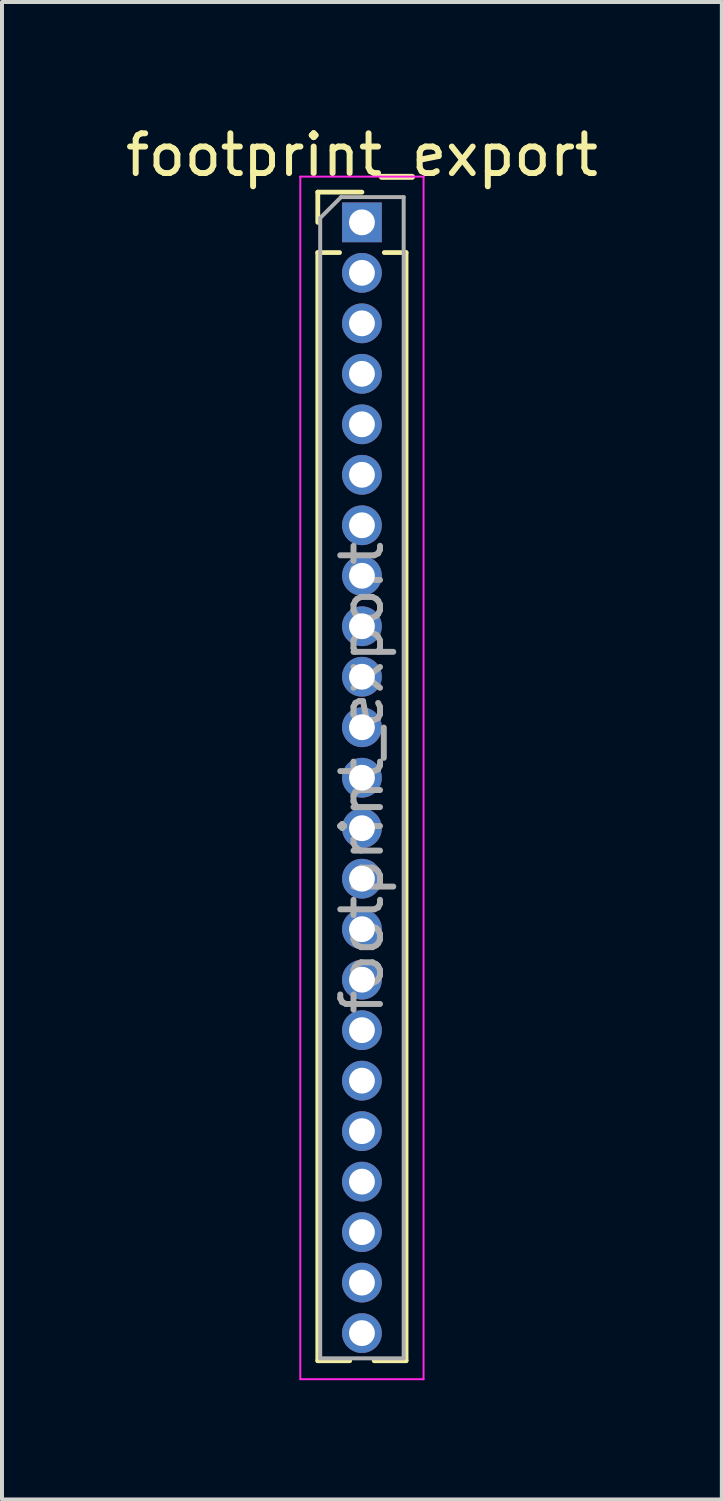
<source format=kicad_pcb>
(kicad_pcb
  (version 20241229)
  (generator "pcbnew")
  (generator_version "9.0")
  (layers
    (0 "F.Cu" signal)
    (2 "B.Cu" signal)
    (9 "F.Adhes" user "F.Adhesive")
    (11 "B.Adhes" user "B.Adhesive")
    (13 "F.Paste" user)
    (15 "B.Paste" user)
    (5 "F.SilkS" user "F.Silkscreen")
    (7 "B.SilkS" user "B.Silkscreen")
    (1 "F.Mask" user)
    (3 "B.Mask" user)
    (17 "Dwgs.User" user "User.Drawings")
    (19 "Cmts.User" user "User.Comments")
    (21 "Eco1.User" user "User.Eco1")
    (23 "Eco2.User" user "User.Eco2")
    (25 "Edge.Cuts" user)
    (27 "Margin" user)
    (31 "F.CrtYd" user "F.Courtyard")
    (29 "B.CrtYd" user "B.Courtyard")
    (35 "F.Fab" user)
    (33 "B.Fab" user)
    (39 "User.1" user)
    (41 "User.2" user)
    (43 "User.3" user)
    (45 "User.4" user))
  (footprint "footprint_export"
    (layer "F.Cu")
    (at 6.054 2.543)
    (property "Reference" "footprint_export" (at 0 -1.695 0) (layer "F.SilkS") (effects (font (size 1 1) (thickness 0.15))))
    (attr through_hole)
    (fp_line (start -1.11 -0.76) (end 0 -0.76) (stroke (width 0.12) (type solid)) (layer "F.SilkS"))
    (fp_line (start -1.11 0) (end -1.11 -0.76) (stroke (width 0.12) (type solid)) (layer "F.SilkS"))
    (fp_line (start -1.11 0.76) (end -1.11 28.635) (stroke (width 0.12) (type solid)) (layer "F.SilkS"))
    (fp_line (start -1.11 0.76) (end -0.563 0.76) (stroke (width 0.12) (type solid)) (layer "F.SilkS"))
    (fp_line (start -1.11 28.635) (end -0.308 28.635) (stroke (width 0.12) (type solid)) (layer "F.SilkS"))
    (fp_line (start 0.308 28.635) (end 1.11 28.635) (stroke (width 0.12) (type solid)) (layer "F.SilkS"))
    (fp_line (start 0.563 0.76) (end 1.11 0.76) (stroke (width 0.12) (type solid)) (layer "F.SilkS"))
    (fp_line (start 1.11 0.76) (end 1.11 28.635) (stroke (width 0.12) (type solid)) (layer "F.SilkS"))
    (fp_line (start -1.55 -1.15) (end -1.55 29.1) (stroke (width 0.05) (type solid)) (layer "F.CrtYd"))
    (fp_line (start -1.55 29.1) (end 1.55 29.1) (stroke (width 0.05) (type solid)) (layer "F.CrtYd"))
    (fp_line (start 1.55 -1.15) (end -1.55 -1.15) (stroke (width 0.05) (type solid)) (layer "F.CrtYd"))
    (fp_line (start 1.55 29.1) (end 1.55 -1.15) (stroke (width 0.05) (type solid)) (layer "F.CrtYd"))
    (fp_line (start -1.05 -0.11) (end -0.525 -0.635) (stroke (width 0.1) (type solid)) (layer "F.Fab"))
    (fp_line (start -1.05 28.575) (end -1.05 -0.11) (stroke (width 0.1) (type solid)) (layer "F.Fab"))
    (fp_line (start -0.525 -0.635) (end 1.05 -0.635) (stroke (width 0.1) (type solid)) (layer "F.Fab"))
    (fp_line (start 1.05 -0.635) (end 1.05 28.575) (stroke (width 0.1) (type solid)) (layer "F.Fab"))
    (fp_line (start 1.05 28.575) (end -1.05 28.575) (stroke (width 0.1) (type solid)) (layer "F.Fab"))
    (fp_text user "${REFERENCE}" (at 0 13.97 90) (layer "F.Fab") (effects (font (size 1 1) (thickness 0.15))))
    (pad "1" thru_hole rect (at 0 0) (size 1 1) (drill 0.65) (layers "*.Cu" "*.Mask"))
    (pad "2" thru_hole oval (at 0 1.27) (size 1 1) (drill 0.65) (layers "*.Cu" "*.Mask"))
    (pad "3" thru_hole oval (at 0 2.54) (size 1 1) (drill 0.65) (layers "*.Cu" "*.Mask"))
    (pad "4" thru_hole oval (at 0 3.81) (size 1 1) (drill 0.65) (layers "*.Cu" "*.Mask"))
    (pad "5" thru_hole oval (at 0 5.08) (size 1 1) (drill 0.65) (layers "*.Cu" "*.Mask"))
    (pad "6" thru_hole oval (at 0 6.35) (size 1 1) (drill 0.65) (layers "*.Cu" "*.Mask"))
    (pad "7" thru_hole oval (at 0 7.62) (size 1 1) (drill 0.65) (layers "*.Cu" "*.Mask"))
    (pad "8" thru_hole oval (at 0 8.89) (size 1 1) (drill 0.65) (layers "*.Cu" "*.Mask"))
    (pad "9" thru_hole oval (at 0 10.16) (size 1 1) (drill 0.65) (layers "*.Cu" "*.Mask"))
    (pad "10" thru_hole oval (at 0 11.43) (size 1 1) (drill 0.65) (layers "*.Cu" "*.Mask"))
    (pad "11" thru_hole oval (at 0 12.7) (size 1 1) (drill 0.65) (layers "*.Cu" "*.Mask"))
    (pad "12" thru_hole oval (at 0 13.97) (size 1 1) (drill 0.65) (layers "*.Cu" "*.Mask"))
    (pad "13" thru_hole oval (at 0 15.24) (size 1 1) (drill 0.65) (layers "*.Cu" "*.Mask"))
    (pad "14" thru_hole oval (at 0 16.51) (size 1 1) (drill 0.65) (layers "*.Cu" "*.Mask"))
    (pad "15" thru_hole oval (at 0 17.78) (size 1 1) (drill 0.65) (layers "*.Cu" "*.Mask"))
    (pad "16" thru_hole oval (at 0 19.05) (size 1 1) (drill 0.65) (layers "*.Cu" "*.Mask"))
    (pad "17" thru_hole oval (at 0 20.32) (size 1 1) (drill 0.65) (layers "*.Cu" "*.Mask"))
    (pad "18" thru_hole oval (at 0 21.59) (size 1 1) (drill 0.65) (layers "*.Cu" "*.Mask"))
    (pad "19" thru_hole oval (at 0 22.86) (size 1 1) (drill 0.65) (layers "*.Cu" "*.Mask"))
    (pad "20" thru_hole oval (at 0 24.13) (size 1 1) (drill 0.65) (layers "*.Cu" "*.Mask"))
    (pad "21" thru_hole oval (at 0 25.4) (size 1 1) (drill 0.65) (layers "*.Cu" "*.Mask"))
    (pad "22" thru_hole oval (at 0 26.67) (size 1 1) (drill 0.65) (layers "*.Cu" "*.Mask"))
    (pad "23" thru_hole oval (at 0 27.94) (size 1 1) (drill 0.65) (layers "*.Cu" "*.Mask")))
  (gr_rect
    (start -3 -3)
    (end 15.107 34.668)
    (stroke (width 0.1) (type default))
    (fill no)
    (layer "Edge.Cuts")))
</source>
